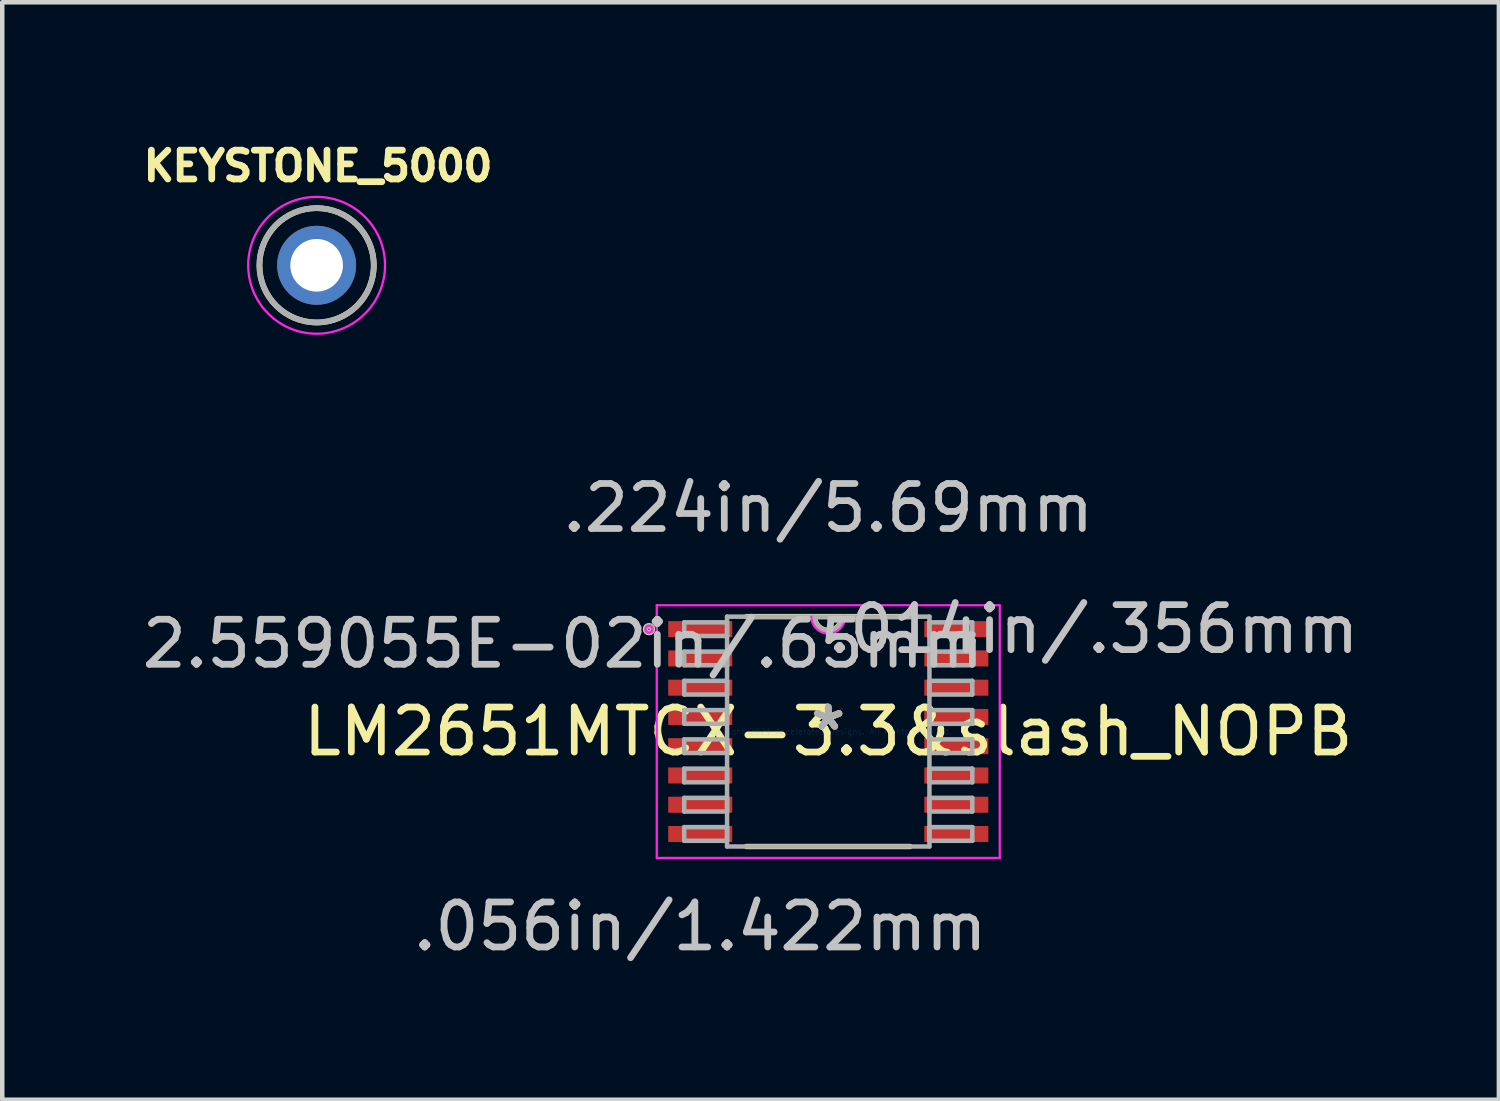
<source format=kicad_pcb>
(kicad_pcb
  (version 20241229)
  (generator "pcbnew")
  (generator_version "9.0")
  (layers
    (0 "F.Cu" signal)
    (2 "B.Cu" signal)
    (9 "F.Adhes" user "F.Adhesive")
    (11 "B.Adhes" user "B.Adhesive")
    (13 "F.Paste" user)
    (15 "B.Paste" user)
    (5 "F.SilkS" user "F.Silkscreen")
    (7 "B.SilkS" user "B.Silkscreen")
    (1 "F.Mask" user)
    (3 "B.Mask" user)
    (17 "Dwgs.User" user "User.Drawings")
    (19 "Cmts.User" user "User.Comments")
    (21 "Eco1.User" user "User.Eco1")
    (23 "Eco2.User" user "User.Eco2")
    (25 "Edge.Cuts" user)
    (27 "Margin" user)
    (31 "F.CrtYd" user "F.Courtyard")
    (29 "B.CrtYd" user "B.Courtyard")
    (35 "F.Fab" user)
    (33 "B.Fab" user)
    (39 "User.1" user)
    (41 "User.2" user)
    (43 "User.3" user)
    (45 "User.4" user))
  (footprint "KEYSTONE_5000"
    (layer "F.Cu")
    (at 3.984 2.844)
    (property "Reference" "KEYSTONE_5000" (at 0.032 -2.206 0) (layer "F.SilkS") (effects (font (size 0.64 0.64) (thickness 0.15))))
    (attr through_hole)
    (fp_circle (center 0 0) (end 1.27 0) (stroke (width 0.127) (type solid)) (fill no) (layer "F.SilkS"))
    (fp_circle (center 0 0) (end 1.52 0) (stroke (width 0.05) (type solid)) (fill no) (layer "F.CrtYd"))
    (fp_circle (center 0 0) (end 1.27 0) (stroke (width 0.127) (type solid)) (fill no) (layer "F.Fab"))
    (pad "1" thru_hole circle (at 0 0) (size 1.755 1.755) (drill 1.17) (layers "*.Cu" "*.Mask")))
  (footprint "LM2651MTCX-3.3&slash_NOPB"
    (layer "F.Cu")
    (at 15.351 13.203)
    (property "Reference" "LM2651MTCX-3.3&slash_NOPB" (at 0 0 0) (layer "F.SilkS") (effects (font (size 1 1) (thickness 0.15))))
    (attr through_hole)
    (fp_line (start -1.816 2.553) (end 1.816 2.553) (stroke (width 0.12) (type solid)) (layer "F.SilkS"))
    (fp_line (start 1.816 -2.553) (end -1.816 -2.553) (stroke (width 0.12) (type solid)) (layer "F.SilkS"))
    (fp_arc (start 0.3048 -2.5527) (mid 0 -2.2479) (end -0.3048 -2.5527) (stroke (width 0.12) (type solid)) (layer "F.SilkS"))
    (fp_circle (center -3.983 -2.275) (end -3.906 -2.275) (stroke (width 0.12) (type solid)) (fill no) (layer "F.SilkS"))
    (fp_line (start -3.81 -2.807) (end 3.81 -2.807) (stroke (width 0.05) (type solid)) (layer "F.CrtYd"))
    (fp_line (start -3.81 2.807) (end -3.81 -2.807) (stroke (width 0.05) (type solid)) (layer "F.CrtYd"))
    (fp_line (start 3.81 -2.807) (end 3.81 2.807) (stroke (width 0.05) (type solid)) (layer "F.CrtYd"))
    (fp_line (start 3.81 2.807) (end -3.81 2.807) (stroke (width 0.05) (type solid)) (layer "F.CrtYd"))
    (fp_arc (start 0.37465 -2.5527) (mid 0 -2.17805) (end -0.37465 -2.5527) (stroke (width 0.05) (type solid)) (layer "F.CrtYd"))
    (fp_circle (center -3.983 -2.275) (end -3.906 -2.275) (stroke (width 0.05) (type solid)) (fill no) (layer "F.CrtYd"))
    (fp_line (start -3.2 -2.427) (end -3.2 -2.123) (stroke (width 0.1) (type solid)) (layer "F.Fab"))
    (fp_line (start -3.2 -2.123) (end -2.248 -2.123) (stroke (width 0.1) (type solid)) (layer "F.Fab"))
    (fp_line (start -3.2 -1.777) (end -3.2 -1.473) (stroke (width 0.1) (type solid)) (layer "F.Fab"))
    (fp_line (start -3.2 -1.473) (end -2.248 -1.473) (stroke (width 0.1) (type solid)) (layer "F.Fab"))
    (fp_line (start -3.2 -1.127) (end -3.2 -0.823) (stroke (width 0.1) (type solid)) (layer "F.Fab"))
    (fp_line (start -3.2 -0.823) (end -2.248 -0.823) (stroke (width 0.1) (type solid)) (layer "F.Fab"))
    (fp_line (start -3.2 -0.477) (end -3.2 -0.173) (stroke (width 0.1) (type solid)) (layer "F.Fab"))
    (fp_line (start -3.2 -0.173) (end -2.248 -0.173) (stroke (width 0.1) (type solid)) (layer "F.Fab"))
    (fp_line (start -3.2 0.173) (end -3.2 0.477) (stroke (width 0.1) (type solid)) (layer "F.Fab"))
    (fp_line (start -3.2 0.477) (end -2.248 0.477) (stroke (width 0.1) (type solid)) (layer "F.Fab"))
    (fp_line (start -3.2 0.823) (end -3.2 1.127) (stroke (width 0.1) (type solid)) (layer "F.Fab"))
    (fp_line (start -3.2 1.127) (end -2.248 1.127) (stroke (width 0.1) (type solid)) (layer "F.Fab"))
    (fp_line (start -3.2 1.473) (end -3.2 1.777) (stroke (width 0.1) (type solid)) (layer "F.Fab"))
    (fp_line (start -3.2 1.777) (end -2.248 1.777) (stroke (width 0.1) (type solid)) (layer "F.Fab"))
    (fp_line (start -3.2 2.123) (end -3.2 2.427) (stroke (width 0.1) (type solid)) (layer "F.Fab"))
    (fp_line (start -3.2 2.427) (end -2.248 2.427) (stroke (width 0.1) (type solid)) (layer "F.Fab"))
    (fp_line (start -2.248 -2.553) (end -2.248 2.553) (stroke (width 0.1) (type solid)) (layer "F.Fab"))
    (fp_line (start -2.248 -2.427) (end -3.2 -2.427) (stroke (width 0.1) (type solid)) (layer "F.Fab"))
    (fp_line (start -2.248 -2.123) (end -2.248 -2.427) (stroke (width 0.1) (type solid)) (layer "F.Fab"))
    (fp_line (start -2.248 -1.777) (end -3.2 -1.777) (stroke (width 0.1) (type solid)) (layer "F.Fab"))
    (fp_line (start -2.248 -1.473) (end -2.248 -1.777) (stroke (width 0.1) (type solid)) (layer "F.Fab"))
    (fp_line (start -2.248 -1.127) (end -3.2 -1.127) (stroke (width 0.1) (type solid)) (layer "F.Fab"))
    (fp_line (start -2.248 -0.823) (end -2.248 -1.127) (stroke (width 0.1) (type solid)) (layer "F.Fab"))
    (fp_line (start -2.248 -0.477) (end -3.2 -0.477) (stroke (width 0.1) (type solid)) (layer "F.Fab"))
    (fp_line (start -2.248 -0.173) (end -2.248 -0.477) (stroke (width 0.1) (type solid)) (layer "F.Fab"))
    (fp_line (start -2.248 0.173) (end -3.2 0.173) (stroke (width 0.1) (type solid)) (layer "F.Fab"))
    (fp_line (start -2.248 0.477) (end -2.248 0.173) (stroke (width 0.1) (type solid)) (layer "F.Fab"))
    (fp_line (start -2.248 0.823) (end -3.2 0.823) (stroke (width 0.1) (type solid)) (layer "F.Fab"))
    (fp_line (start -2.248 1.127) (end -2.248 0.823) (stroke (width 0.1) (type solid)) (layer "F.Fab"))
    (fp_line (start -2.248 1.473) (end -3.2 1.473) (stroke (width 0.1) (type solid)) (layer "F.Fab"))
    (fp_line (start -2.248 1.777) (end -2.248 1.473) (stroke (width 0.1) (type solid)) (layer "F.Fab"))
    (fp_line (start -2.248 2.123) (end -3.2 2.123) (stroke (width 0.1) (type solid)) (layer "F.Fab"))
    (fp_line (start -2.248 2.427) (end -2.248 2.123) (stroke (width 0.1) (type solid)) (layer "F.Fab"))
    (fp_line (start -2.248 2.553) (end 2.248 2.553) (stroke (width 0.1) (type solid)) (layer "F.Fab"))
    (fp_line (start 2.248 -2.553) (end -2.248 -2.553) (stroke (width 0.1) (type solid)) (layer "F.Fab"))
    (fp_line (start 2.248 -2.427) (end 2.248 -2.123) (stroke (width 0.1) (type solid)) (layer "F.Fab"))
    (fp_line (start 2.248 -2.123) (end 3.2 -2.123) (stroke (width 0.1) (type solid)) (layer "F.Fab"))
    (fp_line (start 2.248 -1.777) (end 2.248 -1.473) (stroke (width 0.1) (type solid)) (layer "F.Fab"))
    (fp_line (start 2.248 -1.473) (end 3.2 -1.473) (stroke (width 0.1) (type solid)) (layer "F.Fab"))
    (fp_line (start 2.248 -1.127) (end 2.248 -0.823) (stroke (width 0.1) (type solid)) (layer "F.Fab"))
    (fp_line (start 2.248 -0.823) (end 3.2 -0.823) (stroke (width 0.1) (type solid)) (layer "F.Fab"))
    (fp_line (start 2.248 -0.477) (end 2.248 -0.173) (stroke (width 0.1) (type solid)) (layer "F.Fab"))
    (fp_line (start 2.248 -0.173) (end 3.2 -0.173) (stroke (width 0.1) (type solid)) (layer "F.Fab"))
    (fp_line (start 2.248 0.173) (end 2.248 0.477) (stroke (width 0.1) (type solid)) (layer "F.Fab"))
    (fp_line (start 2.248 0.477) (end 3.2 0.477) (stroke (width 0.1) (type solid)) (layer "F.Fab"))
    (fp_line (start 2.248 0.823) (end 2.248 1.127) (stroke (width 0.1) (type solid)) (layer "F.Fab"))
    (fp_line (start 2.248 1.127) (end 3.2 1.127) (stroke (width 0.1) (type solid)) (layer "F.Fab"))
    (fp_line (start 2.248 1.473) (end 2.248 1.777) (stroke (width 0.1) (type solid)) (layer "F.Fab"))
    (fp_line (start 2.248 1.777) (end 3.2 1.777) (stroke (width 0.1) (type solid)) (layer "F.Fab"))
    (fp_line (start 2.248 2.123) (end 2.248 2.427) (stroke (width 0.1) (type solid)) (layer "F.Fab"))
    (fp_line (start 2.248 2.427) (end 3.2 2.427) (stroke (width 0.1) (type solid)) (layer "F.Fab"))
    (fp_line (start 2.248 2.553) (end 2.248 -2.553) (stroke (width 0.1) (type solid)) (layer "F.Fab"))
    (fp_line (start 3.2 -2.427) (end 2.248 -2.427) (stroke (width 0.1) (type solid)) (layer "F.Fab"))
    (fp_line (start 3.2 -2.123) (end 3.2 -2.427) (stroke (width 0.1) (type solid)) (layer "F.Fab"))
    (fp_line (start 3.2 -1.777) (end 2.248 -1.777) (stroke (width 0.1) (type solid)) (layer "F.Fab"))
    (fp_line (start 3.2 -1.473) (end 3.2 -1.777) (stroke (width 0.1) (type solid)) (layer "F.Fab"))
    (fp_line (start 3.2 -1.127) (end 2.248 -1.127) (stroke (width 0.1) (type solid)) (layer "F.Fab"))
    (fp_line (start 3.2 -0.823) (end 3.2 -1.127) (stroke (width 0.1) (type solid)) (layer "F.Fab"))
    (fp_line (start 3.2 -0.477) (end 2.248 -0.477) (stroke (width 0.1) (type solid)) (layer "F.Fab"))
    (fp_line (start 3.2 -0.173) (end 3.2 -0.477) (stroke (width 0.1) (type solid)) (layer "F.Fab"))
    (fp_line (start 3.2 0.173) (end 2.248 0.173) (stroke (width 0.1) (type solid)) (layer "F.Fab"))
    (fp_line (start 3.2 0.477) (end 3.2 0.173) (stroke (width 0.1) (type solid)) (layer "F.Fab"))
    (fp_line (start 3.2 0.823) (end 2.248 0.823) (stroke (width 0.1) (type solid)) (layer "F.Fab"))
    (fp_line (start 3.2 1.127) (end 3.2 0.823) (stroke (width 0.1) (type solid)) (layer "F.Fab"))
    (fp_line (start 3.2 1.473) (end 2.248 1.473) (stroke (width 0.1) (type solid)) (layer "F.Fab"))
    (fp_line (start 3.2 1.777) (end 3.2 1.473) (stroke (width 0.1) (type solid)) (layer "F.Fab"))
    (fp_line (start 3.2 2.123) (end 2.248 2.123) (stroke (width 0.1) (type solid)) (layer "F.Fab"))
    (fp_line (start 3.2 2.427) (end 3.2 2.123) (stroke (width 0.1) (type solid)) (layer "F.Fab"))
    (fp_arc (start 0.3048 -2.5527) (mid 0 -2.2479) (end -0.3048 -2.5527) (stroke (width 0.1) (type solid)) (layer "F.Fab"))
    (fp_circle (center -3.983 -2.275) (end -3.906 -2.275) (stroke (width 0.1) (type solid)) (fill no) (layer "F.Fab"))
    (fp_text user "*" (at 0 0 0) (layer "F.SilkS") (effects (font (size 1 1) (thickness 0.15))))
    (fp_text user ".014in/.356mm" (at 5.893 -2.275 0) (layer "Dwgs.User") (effects (font (size 1 1) (thickness 0.15))))
    (fp_text user "2.559055E-02in/.65mm" (at -5.893 -1.95 0) (layer "Dwgs.User") (effects (font (size 1 1) (thickness 0.15))))
    (fp_text user ".224in/5.69mm" (at 0 -4.966 0) (layer "Dwgs.User") (effects (font (size 1 1) (thickness 0.15))))
    (fp_text user ".056in/1.422mm" (at -2.845 4.331 0) (layer "Dwgs.User") (effects (font (size 1 1) (thickness 0.15))))
    (fp_text user "Copyright 2021 Accelerated Designs. All rights reserved." (at 0 0 0) (layer "Cmts.User") (effects (font (size 0.127 0.127) (thickness 0.002))))
    (fp_text user "*" (at 0 0 0) (layer "F.Fab") (effects (font (size 1 1) (thickness 0.15))))
    (pad "1" smd rect (at -2.845 -2.275) (size 1.422 0.356) (layers "F.Cu" "F.Mask" "F.Paste"))
    (pad "2" smd rect (at -2.845 -1.625) (size 1.422 0.356) (layers "F.Cu" "F.Mask" "F.Paste"))
    (pad "3" smd rect (at -2.845 -0.975) (size 1.422 0.356) (layers "F.Cu" "F.Mask" "F.Paste"))
    (pad "4" smd rect (at -2.845 -0.325) (size 1.422 0.356) (layers "F.Cu" "F.Mask" "F.Paste"))
    (pad "5" smd rect (at -2.845 0.325) (size 1.422 0.356) (layers "F.Cu" "F.Mask" "F.Paste"))
    (pad "6" smd rect (at -2.845 0.975) (size 1.422 0.356) (layers "F.Cu" "F.Mask" "F.Paste"))
    (pad "7" smd rect (at -2.845 1.625) (size 1.422 0.356) (layers "F.Cu" "F.Mask" "F.Paste"))
    (pad "8" smd rect (at -2.845 2.275) (size 1.422 0.356) (layers "F.Cu" "F.Mask" "F.Paste"))
    (pad "9" smd rect (at 2.845 2.275) (size 1.422 0.356) (layers "F.Cu" "F.Mask" "F.Paste"))
    (pad "10" smd rect (at 2.845 1.625) (size 1.422 0.356) (layers "F.Cu" "F.Mask" "F.Paste"))
    (pad "11" smd rect (at 2.845 0.975) (size 1.422 0.356) (layers "F.Cu" "F.Mask" "F.Paste"))
    (pad "12" smd rect (at 2.845 0.325) (size 1.422 0.356) (layers "F.Cu" "F.Mask" "F.Paste"))
    (pad "13" smd rect (at 2.845 -0.325) (size 1.422 0.356) (layers "F.Cu" "F.Mask" "F.Paste"))
    (pad "14" smd rect (at 2.845 -0.975) (size 1.422 0.356) (layers "F.Cu" "F.Mask" "F.Paste"))
    (pad "15" smd rect (at 2.845 -1.625) (size 1.422 0.356) (layers "F.Cu" "F.Mask" "F.Paste"))
    (pad "16" smd rect (at 2.845 -2.275) (size 1.422 0.356) (layers "F.Cu" "F.Mask" "F.Paste")))
  (gr_rect
    (start -3 -3)
    (end 30.25 21.382)
    (stroke (width 0.1) (type default))
    (fill no)
    (layer "Edge.Cuts")))
</source>
